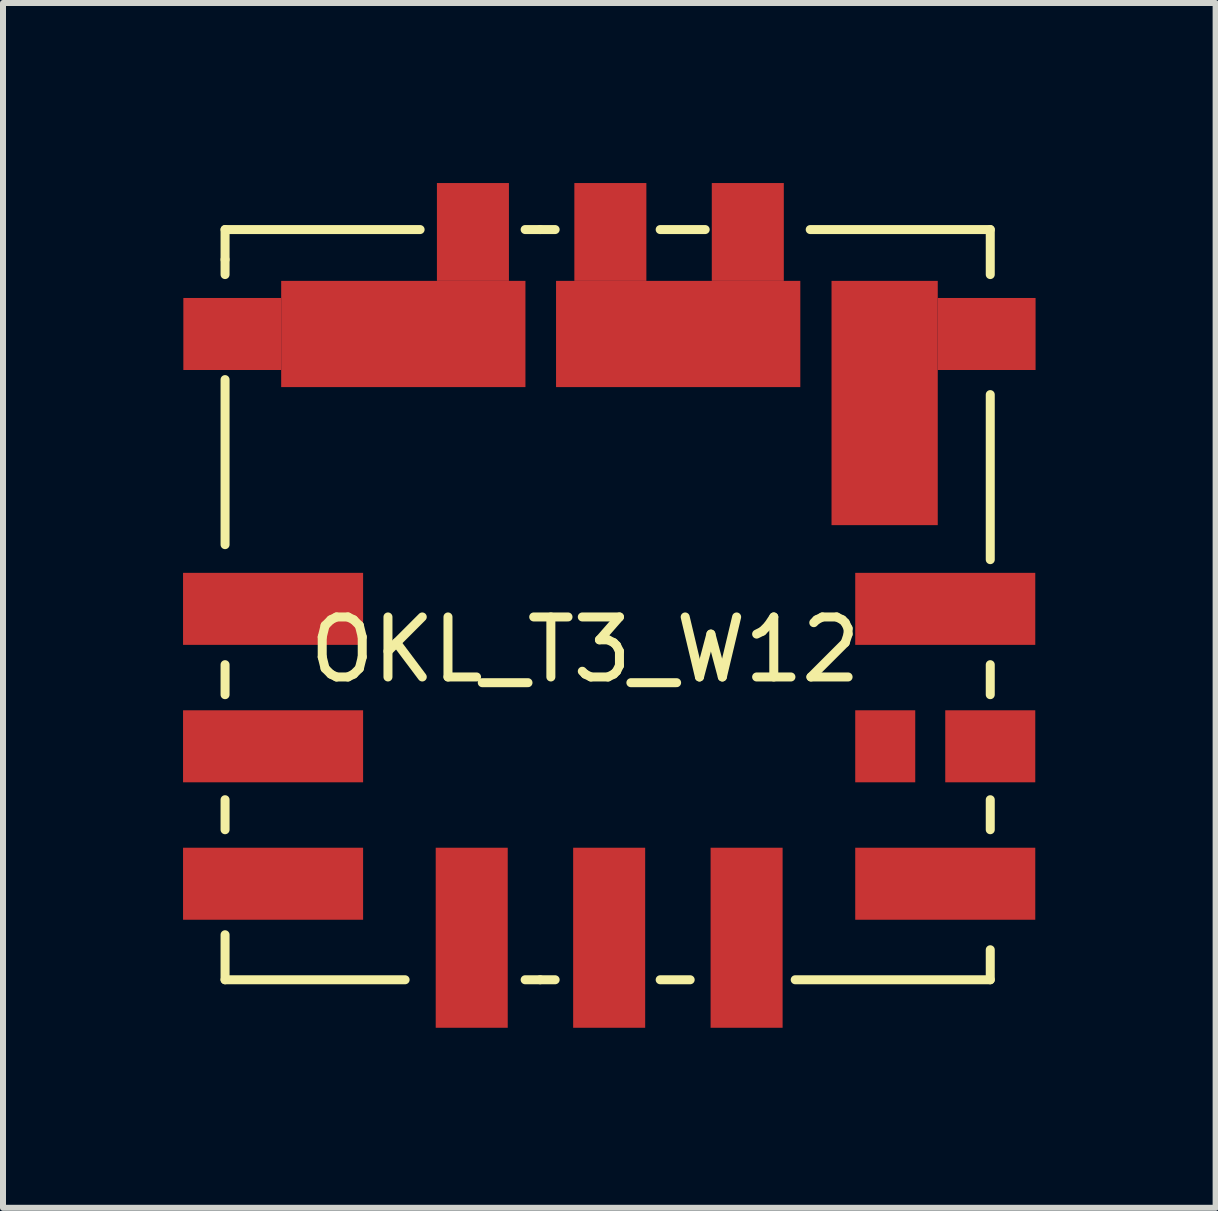
<source format=kicad_pcb>
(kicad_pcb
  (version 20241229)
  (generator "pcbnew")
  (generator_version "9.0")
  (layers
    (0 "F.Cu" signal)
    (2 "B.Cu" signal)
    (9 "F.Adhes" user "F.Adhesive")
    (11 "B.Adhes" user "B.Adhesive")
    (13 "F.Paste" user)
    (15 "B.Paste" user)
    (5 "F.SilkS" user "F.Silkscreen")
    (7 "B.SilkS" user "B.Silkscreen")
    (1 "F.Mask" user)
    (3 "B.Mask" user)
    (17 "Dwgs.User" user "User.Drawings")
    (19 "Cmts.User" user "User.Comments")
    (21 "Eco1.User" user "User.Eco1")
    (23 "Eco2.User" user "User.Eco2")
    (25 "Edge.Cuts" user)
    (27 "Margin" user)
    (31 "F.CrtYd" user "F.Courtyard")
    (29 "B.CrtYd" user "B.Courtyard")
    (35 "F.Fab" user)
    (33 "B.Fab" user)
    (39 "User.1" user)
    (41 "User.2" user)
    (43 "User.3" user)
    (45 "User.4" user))
  (footprint "OKL_T3_W12"
    (layer "F.Cu")
    (at 6.7 5.995)
    (property "Reference" "OKL_T3_W12" (at 0 1.78 0) (layer "F.SilkS") (effects (font (size 1 1) (thickness 0.15))))
    (attr through_hole)
    (fp_line (start -6 -5.22) (end -6 -4.72) (stroke (width 0.15) (type solid)) (layer "F.SilkS"))
    (fp_line (start -6 -4.72) (end -6 -4.47) (stroke (width 0.15) (type solid)) (layer "F.SilkS"))
    (fp_line (start -6 -2.72) (end -6 0.03) (stroke (width 0.15) (type solid)) (layer "F.SilkS"))
    (fp_line (start -6 2.03) (end -6 2.53) (stroke (width 0.15) (type solid)) (layer "F.SilkS"))
    (fp_line (start -6 4.28) (end -6 4.78) (stroke (width 0.15) (type solid)) (layer "F.SilkS"))
    (fp_line (start -6 6.53) (end -6 7.28) (stroke (width 0.15) (type solid)) (layer "F.SilkS"))
    (fp_line (start -6 7.28) (end -3 7.28) (stroke (width 0.15) (type solid)) (layer "F.SilkS"))
    (fp_line (start -2.75 -5.22) (end -6 -5.22) (stroke (width 0.15) (type solid)) (layer "F.SilkS"))
    (fp_line (start -1 7.28) (end -0.75 7.28) (stroke (width 0.15) (type solid)) (layer "F.SilkS"))
    (fp_line (start -0.75 -5.22) (end -1 -5.22) (stroke (width 0.15) (type solid)) (layer "F.SilkS"))
    (fp_line (start -0.75 7.28) (end -0.5 7.28) (stroke (width 0.15) (type solid)) (layer "F.SilkS"))
    (fp_line (start -0.5 -5.22) (end -0.75 -5.22) (stroke (width 0.15) (type solid)) (layer "F.SilkS"))
    (fp_line (start 1.25 7.28) (end 1.75 7.28) (stroke (width 0.15) (type solid)) (layer "F.SilkS"))
    (fp_line (start 2 -5.22) (end 1.25 -5.22) (stroke (width 0.15) (type solid)) (layer "F.SilkS"))
    (fp_line (start 3.5 7.28) (end 6.75 7.28) (stroke (width 0.15) (type solid)) (layer "F.SilkS"))
    (fp_line (start 6.75 -5.22) (end 3.75 -5.22) (stroke (width 0.15) (type solid)) (layer "F.SilkS"))
    (fp_line (start 6.75 -4.47) (end 6.75 -5.22) (stroke (width 0.15) (type solid)) (layer "F.SilkS"))
    (fp_line (start 6.75 0.28) (end 6.75 -2.47) (stroke (width 0.15) (type solid)) (layer "F.SilkS"))
    (fp_line (start 6.75 2.53) (end 6.75 2.03) (stroke (width 0.15) (type solid)) (layer "F.SilkS"))
    (fp_line (start 6.75 4.78) (end 6.75 4.28) (stroke (width 0.15) (type solid)) (layer "F.SilkS"))
    (fp_line (start 6.75 7.28) (end 6.75 6.78) (stroke (width 0.15) (type solid)) (layer "F.SilkS"))
    (pad "1" smd rect (at -5.2 1.1) (size 3 1.2) (layers "F.Cu" "F.Mask" "F.Paste"))
    (pad "2" smd rect (at -5.88 -3.48) (size 1.63 1.2) (layers "F.Cu" "F.Mask" "F.Paste"))
    (pad "2" smd rect (at -3.03 -3.48) (size 4.07 1.77) (layers "F.Cu" "F.Mask" "F.Paste"))
    (pad "2" smd rect (at -1.87 -5.18 90) (size 1.63 1.2) (layers "F.Cu" "F.Mask" "F.Paste"))
    (pad "3" smd rect (at 0.42 -5.18 90) (size 1.63 1.2) (layers "F.Cu" "F.Mask" "F.Paste"))
    (pad "3" smd rect (at 1.55 -3.48) (size 4.07 1.77) (layers "F.Cu" "F.Mask" "F.Paste"))
    (pad "3" smd rect (at 2.71 -5.18 90) (size 1.63 1.2) (layers "F.Cu" "F.Mask" "F.Paste"))
    (pad "4" smd rect (at 4.99 -2.33 90) (size 4.07 1.77) (layers "F.Cu" "F.Mask" "F.Paste"))
    (pad "4" smd rect (at 6.69 -3.48) (size 1.63 1.2) (layers "F.Cu" "F.Mask" "F.Paste"))
    (pad "5" smd rect (at 6 1.1) (size 3 1.2) (layers "F.Cu" "F.Mask" "F.Paste"))
    (pad "6" smd rect (at 6 5.68) (size 3 1.2) (layers "F.Cu" "F.Mask" "F.Paste"))
    (pad "7" smd rect (at 0.4 6.58 90) (size 3 1.2) (layers "F.Cu" "F.Mask" "F.Paste"))
    (pad "8" smd rect (at -1.89 6.58 90) (size 3 1.2) (layers "F.Cu" "F.Mask" "F.Paste"))
    (pad "9" smd rect (at -5.2 5.68) (size 3 1.2) (layers "F.Cu" "F.Mask" "F.Paste"))
    (pad "10" smd rect (at -5.2 3.39) (size 3 1.2) (layers "F.Cu" "F.Mask" "F.Paste"))
    (pad "11" smd rect (at 5 3.39) (size 1 1.2) (layers "F.Cu" "F.Mask" "F.Paste"))
    (pad "11" smd rect (at 6.75 3.39) (size 1.5 1.2) (layers "F.Cu" "F.Mask" "F.Paste"))
    (pad "12" smd rect (at 2.69 6.58 270) (size 3 1.2) (layers "F.Cu" "F.Mask" "F.Paste")))
  (gr_rect
    (start -3 -3)
    (end 17.205 17.075)
    (stroke (width 0.1) (type default))
    (fill no)
    (layer "Edge.Cuts")))
</source>
